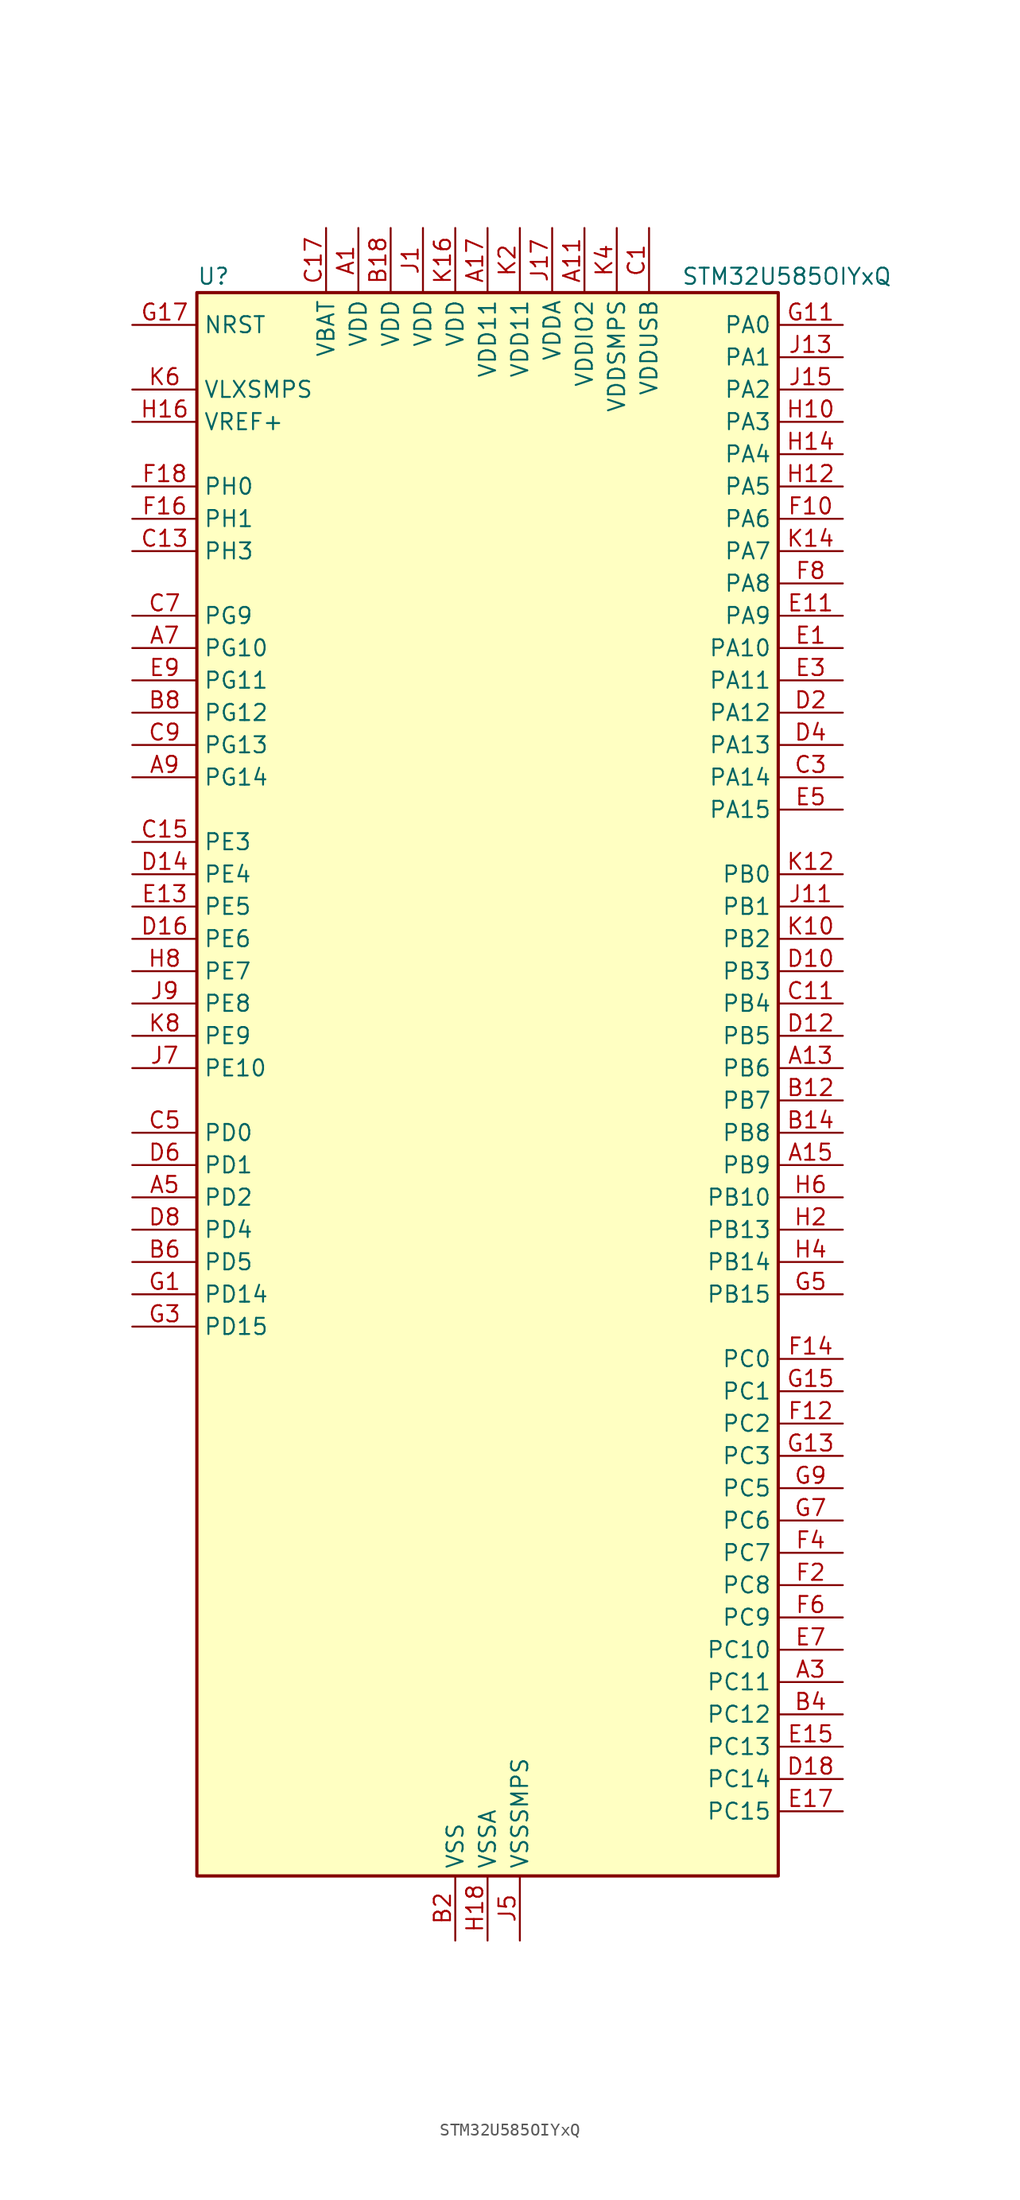
<source format=kicad_sym>
(kicad_symbol_lib
  (version 20220914)
  (generator kicad_symbol_editor)
  (symbol "STM32U585OIYxQ"
    (property "Reference" "U"
      (at -22.86 64.77 0)
      (effects (font (size 1.27 1.27)) (justify left)))
    (property "Value" "STM32U585OIYxQ"
      (at 15.24 64.77 0)
      (effects (font (size 1.27 1.27)) (justify left)))
    (property "ki_locked" ""
      (at 0 0 0)
      (effects (font (size 1.27 1.27))))
    (symbol "STM32U585OIYxQ_0_1"
      (rectangle (start -22.86 -60.96) (end 22.86 63.5) (stroke (width 0.254) (type default)) (fill (type background))))
    (symbol "STM32U585OIYxQ_1_1"
      (pin power_in line (at -10.16 68.58 270) (length 5.08) (name "VDD" (effects (font (size 1.27 1.27)))) (number "A1" (effects (font (size 1.27 1.27)))))
      (pin power_in line (at 7.62 68.58 270) (length 5.08) (name "VDDIO2" (effects (font (size 1.27 1.27)))) (number "A11" (effects (font (size 1.27 1.27)))))
      (pin bidirectional line (at 27.94 2.54 180) (length 5.08) (name "PB6" (effects (font (size 1.27 1.27)))) (number "A13" (effects (font (size 1.27 1.27)))) (alternate "COMP2_INP" bidirectional line) (alternate "DCMI_D5" bidirectional line) (alternate "I2C1_SCL" bidirectional line) (alternate "I2C4_SCL" bidirectional line) (alternate "LPTIM1_ETR" bidirectional line) (alternate "MDF1_SDI5" bidirectional line) (alternate "PSSI_D5" bidirectional line) (alternate "PWR_WKUP3" bidirectional line) (alternate "SAI1_FS_B" bidirectional line) (alternate "TIM16_CH1N" bidirectional line) (alternate "TIM4_CH1" bidirectional line) (alternate "TIM8_BKIN2" bidirectional line) (alternate "TSC_G2_IO3" bidirectional line) (alternate "USART1_TX" bidirectional line))
      (pin bidirectional line (at 27.94 -5.08 180) (length 5.08) (name "PB9" (effects (font (size 1.27 1.27)))) (number "A15" (effects (font (size 1.27 1.27)))) (alternate "DAC1_EXTI9" bidirectional line) (alternate "DCMI_D7" bidirectional line) (alternate "FDCAN1_TX" bidirectional line) (alternate "I2C1_SDA" bidirectional line) (alternate "IR_OUT" bidirectional line) (alternate "PSSI_D7" bidirectional line) (alternate "SAI1_D2" bidirectional line) (alternate "SAI1_FS_A" bidirectional line) (alternate "SDMMC1_CDIR" bidirectional line) (alternate "SDMMC1_D5" bidirectional line) (alternate "SDMMC2_D5" bidirectional line) (alternate "SPI2_NSS" bidirectional line) (alternate "TIM17_CH1" bidirectional line) (alternate "TIM4_CH4" bidirectional line))
      (pin power_in line (at 0 68.58 270) (length 5.08) (name "VDD11" (effects (font (size 1.27 1.27)))) (number "A17" (effects (font (size 1.27 1.27)))))
      (pin bidirectional line (at 27.94 -45.72 180) (length 5.08) (name "PC11" (effects (font (size 1.27 1.27)))) (number "A3" (effects (font (size 1.27 1.27)))) (alternate "ADC1_EXTI11" bidirectional line) (alternate "ADF1_SDI0" bidirectional line) (alternate "DCMI_D2" bidirectional line) (alternate "DCMI_D4" bidirectional line) (alternate "LPTIM3_IN1" bidirectional line) (alternate "OCTOSPIM_P1_NCS" bidirectional line) (alternate "PSSI_D2" bidirectional line) (alternate "PSSI_D4" bidirectional line) (alternate "SDMMC1_D3" bidirectional line) (alternate "SPI3_MISO" bidirectional line) (alternate "TSC_G3_IO3" bidirectional line) (alternate "UART4_RX" bidirectional line) (alternate "UCPD1_FRSTX2" bidirectional line) (alternate "USART3_RX" bidirectional line))
      (pin bidirectional line (at -27.94 -7.62 0) (length 5.08) (name "PD2" (effects (font (size 1.27 1.27)))) (number "A5" (effects (font (size 1.27 1.27)))) (alternate "DCMI_D11" bidirectional line) (alternate "DEBUG_TRACED2" bidirectional line) (alternate "LPTIM4_ETR" bidirectional line) (alternate "PSSI_D11" bidirectional line) (alternate "SDMMC1_CMD" bidirectional line) (alternate "TIM3_ETR" bidirectional line) (alternate "TSC_SYNC" bidirectional line) (alternate "UART5_RX" bidirectional line) (alternate "USART3_DE" bidirectional line) (alternate "USART3_RTS" bidirectional line))
      (pin bidirectional line (at -27.94 35.56 0) (length 5.08) (name "PG10" (effects (font (size 1.27 1.27)))) (number "A7" (effects (font (size 1.27 1.27)))) (alternate "FMC_NE3" bidirectional line) (alternate "LPTIM1_IN1" bidirectional line) (alternate "OCTOSPIM_P2_IO7" bidirectional line) (alternate "SPI3_MISO" bidirectional line) (alternate "TIM15_CH1" bidirectional line) (alternate "USART1_RX" bidirectional line))
      (pin bidirectional line (at -27.94 25.4 0) (length 5.08) (name "PG14" (effects (font (size 1.27 1.27)))) (number "A9" (effects (font (size 1.27 1.27)))) (alternate "FMC_A25" bidirectional line) (alternate "I2C1_SCL" bidirectional line) (alternate "LPTIM1_CH2" bidirectional line))
      (pin passive line (at -2.54 -66.04 90) (length 5.08) hide (name "VSS" (effects (font (size 1.27 1.27)))) (number "B10" (effects (font (size 1.27 1.27)))))
      (pin bidirectional line (at 27.94 0 180) (length 5.08) (name "PB7" (effects (font (size 1.27 1.27)))) (number "B12" (effects (font (size 1.27 1.27)))) (alternate "COMP2_INM" bidirectional line) (alternate "DCMI_VSYNC" bidirectional line) (alternate "FMC_NL" bidirectional line) (alternate "I2C1_SDA" bidirectional line) (alternate "I2C4_SDA" bidirectional line) (alternate "LPTIM1_IN2" bidirectional line) (alternate "MDF1_CKI5" bidirectional line) (alternate "PSSI_RDY" bidirectional line) (alternate "PWR_PVD_IN" bidirectional line) (alternate "PWR_WKUP4" bidirectional line) (alternate "TIM17_CH1N" bidirectional line) (alternate "TIM4_CH2" bidirectional line) (alternate "TIM8_BKIN" bidirectional line) (alternate "TSC_G2_IO4" bidirectional line) (alternate "UART4_CTS" bidirectional line) (alternate "USART1_RX" bidirectional line))
      (pin bidirectional line (at 27.94 -2.54 180) (length 5.08) (name "PB8" (effects (font (size 1.27 1.27)))) (number "B14" (effects (font (size 1.27 1.27)))) (alternate "DCMI_D6" bidirectional line) (alternate "FDCAN1_RX" bidirectional line) (alternate "I2C1_SCL" bidirectional line) (alternate "MDF1_CCK0" bidirectional line) (alternate "PSSI_D6" bidirectional line) (alternate "PWR_WKUP5" bidirectional line) (alternate "SAI1_CK1" bidirectional line) (alternate "SAI1_MCLK_A" bidirectional line) (alternate "SDMMC1_CKIN" bidirectional line) (alternate "SDMMC1_D4" bidirectional line) (alternate "SDMMC2_D4" bidirectional line) (alternate "SPI3_RDY" bidirectional line) (alternate "TIM16_CH1" bidirectional line) (alternate "TIM4_CH3" bidirectional line))
      (pin passive line (at -2.54 -66.04 90) (length 5.08) hide (name "VSS" (effects (font (size 1.27 1.27)))) (number "B16" (effects (font (size 1.27 1.27)))))
      (pin power_in line (at -7.62 68.58 270) (length 5.08) (name "VDD" (effects (font (size 1.27 1.27)))) (number "B18" (effects (font (size 1.27 1.27)))))
      (pin power_in line (at -2.54 -66.04 90) (length 5.08) (name "VSS" (effects (font (size 1.27 1.27)))) (number "B2" (effects (font (size 1.27 1.27)))))
      (pin bidirectional line (at 27.94 -48.26 180) (length 5.08) (name "PC12" (effects (font (size 1.27 1.27)))) (number "B4" (effects (font (size 1.27 1.27)))) (alternate "DCMI_D9" bidirectional line) (alternate "DEBUG_TRACED3" bidirectional line) (alternate "PSSI_D9" bidirectional line) (alternate "SDMMC1_CK" bidirectional line) (alternate "SPI3_MOSI" bidirectional line) (alternate "TSC_G3_IO4" bidirectional line) (alternate "UART5_TX" bidirectional line) (alternate "USART3_CK" bidirectional line))
      (pin bidirectional line (at -27.94 -12.7 0) (length 5.08) (name "PD5" (effects (font (size 1.27 1.27)))) (number "B6" (effects (font (size 1.27 1.27)))) (alternate "FMC_NWE" bidirectional line) (alternate "OCTOSPIM_P1_IO5" bidirectional line) (alternate "SPI2_RDY" bidirectional line) (alternate "USART2_TX" bidirectional line))
      (pin bidirectional line (at -27.94 30.48 0) (length 5.08) (name "PG12" (effects (font (size 1.27 1.27)))) (number "B8" (effects (font (size 1.27 1.27)))) (alternate "FMC_NE4" bidirectional line) (alternate "LPTIM1_ETR" bidirectional line) (alternate "OCTOSPIM_P2_NCS" bidirectional line) (alternate "SPI3_NSS" bidirectional line) (alternate "USART1_DE" bidirectional line) (alternate "USART1_RTS" bidirectional line))
      (pin power_in line (at 12.7 68.58 270) (length 5.08) (name "VDDUSB" (effects (font (size 1.27 1.27)))) (number "C1" (effects (font (size 1.27 1.27)))))
      (pin bidirectional line (at 27.94 7.62 180) (length 5.08) (name "PB4" (effects (font (size 1.27 1.27)))) (number "C11" (effects (font (size 1.27 1.27)))) (alternate "ADF1_SDI0" bidirectional line) (alternate "COMP2_INP" bidirectional line) (alternate "DCMI_D12" bidirectional line) (alternate "DEBUG_JTRST" bidirectional line) (alternate "I2C3_SDA" bidirectional line) (alternate "LPTIM1_CH2" bidirectional line) (alternate "PSSI_D12" bidirectional line) (alternate "SAI1_MCLK_B" bidirectional line) (alternate "SDMMC2_D3" bidirectional line) (alternate "SPI1_MISO" bidirectional line) (alternate "SPI3_MISO" bidirectional line) (alternate "TIM17_BKIN" bidirectional line) (alternate "TIM3_CH1" bidirectional line) (alternate "TSC_G2_IO1" bidirectional line) (alternate "UART5_DE" bidirectional line) (alternate "UART5_RTS" bidirectional line) (alternate "USART1_CTS" bidirectional line))
      (pin bidirectional line (at -27.94 43.18 0) (length 5.08) (name "PH3" (effects (font (size 1.27 1.27)))) (number "C13" (effects (font (size 1.27 1.27)))))
      (pin bidirectional line (at -27.94 20.32 0) (length 5.08) (name "PE3" (effects (font (size 1.27 1.27)))) (number "C15" (effects (font (size 1.27 1.27)))) (alternate "DEBUG_TRACED0" bidirectional line) (alternate "FMC_A19" bidirectional line) (alternate "OCTOSPIM_P1_DQS" bidirectional line) (alternate "SAI1_SD_B" bidirectional line) (alternate "TAMP_IN6" bidirectional line) (alternate "TAMP_OUT3" bidirectional line) (alternate "TIM3_CH1" bidirectional line) (alternate "TSC_G7_IO2" bidirectional line))
      (pin power_in line (at -12.7 68.58 270) (length 5.08) (name "VBAT" (effects (font (size 1.27 1.27)))) (number "C17" (effects (font (size 1.27 1.27)))))
      (pin bidirectional line (at 27.94 25.4 180) (length 5.08) (name "PA14" (effects (font (size 1.27 1.27)))) (number "C3" (effects (font (size 1.27 1.27)))) (alternate "DEBUG_JTCK-SWCLK" bidirectional line) (alternate "I2C1_SMBA" bidirectional line) (alternate "I2C4_SMBA" bidirectional line) (alternate "LPTIM1_CH1" bidirectional line) (alternate "SAI1_FS_B" bidirectional line) (alternate "USB_OTG_FS_SOF" bidirectional line))
      (pin bidirectional line (at -27.94 -2.54 0) (length 5.08) (name "PD0" (effects (font (size 1.27 1.27)))) (number "C5" (effects (font (size 1.27 1.27)))) (alternate "FDCAN1_RX" bidirectional line) (alternate "FMC_D2" bidirectional line) (alternate "FMC_DA2" bidirectional line) (alternate "SPI2_NSS" bidirectional line) (alternate "TIM8_CH4N" bidirectional line))
      (pin bidirectional line (at -27.94 38.1 0) (length 5.08) (name "PG9" (effects (font (size 1.27 1.27)))) (number "C7" (effects (font (size 1.27 1.27)))) (alternate "DAC1_EXTI9" bidirectional line) (alternate "FMC_NCE" bidirectional line) (alternate "FMC_NE2" bidirectional line) (alternate "OCTOSPIM_P2_IO6" bidirectional line) (alternate "SPI3_SCK" bidirectional line) (alternate "TIM15_CH1N" bidirectional line) (alternate "USART1_TX" bidirectional line))
      (pin bidirectional line (at -27.94 27.94 0) (length 5.08) (name "PG13" (effects (font (size 1.27 1.27)))) (number "C9" (effects (font (size 1.27 1.27)))) (alternate "FMC_A24" bidirectional line) (alternate "I2C1_SDA" bidirectional line) (alternate "SPI3_RDY" bidirectional line) (alternate "USART1_CK" bidirectional line))
      (pin bidirectional line (at 27.94 10.16 180) (length 5.08) (name "PB3" (effects (font (size 1.27 1.27)))) (number "D10" (effects (font (size 1.27 1.27)))) (alternate "ADF1_CCK0" bidirectional line) (alternate "COMP2_INM" bidirectional line) (alternate "CRS_SYNC" bidirectional line) (alternate "DEBUG_JTDO-SWO" bidirectional line) (alternate "I2C1_SDA" bidirectional line) (alternate "LPTIM1_CH1" bidirectional line) (alternate "SAI1_SCK_B" bidirectional line) (alternate "SDMMC2_D2" bidirectional line) (alternate "SPI1_SCK" bidirectional line) (alternate "SPI3_SCK" bidirectional line) (alternate "TIM2_CH2" bidirectional line) (alternate "USART1_DE" bidirectional line) (alternate "USART1_RTS" bidirectional line))
      (pin bidirectional line (at 27.94 5.08 180) (length 5.08) (name "PB5" (effects (font (size 1.27 1.27)))) (number "D12" (effects (font (size 1.27 1.27)))) (alternate "COMP2_OUT" bidirectional line) (alternate "DCMI_D10" bidirectional line) (alternate "I2C1_SMBA" bidirectional line) (alternate "LPTIM1_IN1" bidirectional line) (alternate "OCTOSPIM_P1_NCLK" bidirectional line) (alternate "PSSI_D10" bidirectional line) (alternate "PWR_WKUP6" bidirectional line) (alternate "SAI1_SD_B" bidirectional line) (alternate "SPI1_MOSI" bidirectional line) (alternate "SPI3_MOSI" bidirectional line) (alternate "TIM16_BKIN" bidirectional line) (alternate "TIM3_CH2" bidirectional line) (alternate "TSC_G2_IO2" bidirectional line) (alternate "UART5_CTS" bidirectional line) (alternate "UCPD1_DBCC1" bidirectional line) (alternate "USART1_CK" bidirectional line))
      (pin bidirectional line (at -27.94 17.78 0) (length 5.08) (name "PE4" (effects (font (size 1.27 1.27)))) (number "D14" (effects (font (size 1.27 1.27)))) (alternate "DCMI_D4" bidirectional line) (alternate "DEBUG_TRACED1" bidirectional line) (alternate "FMC_A20" bidirectional line) (alternate "MDF1_SDI3" bidirectional line) (alternate "PSSI_D4" bidirectional line) (alternate "PWR_WKUP1" bidirectional line) (alternate "SAI1_D2" bidirectional line) (alternate "SAI1_FS_A" bidirectional line) (alternate "TAMP_IN7" bidirectional line) (alternate "TAMP_OUT8" bidirectional line) (alternate "TIM3_CH2" bidirectional line) (alternate "TSC_G7_IO3" bidirectional line))
      (pin bidirectional line (at -27.94 12.7 0) (length 5.08) (name "PE6" (effects (font (size 1.27 1.27)))) (number "D16" (effects (font (size 1.27 1.27)))) (alternate "DCMI_D7" bidirectional line) (alternate "DEBUG_TRACED3" bidirectional line) (alternate "FMC_A22" bidirectional line) (alternate "PSSI_D7" bidirectional line) (alternate "PWR_WKUP3" bidirectional line) (alternate "SAI1_D1" bidirectional line) (alternate "SAI1_SD_A" bidirectional line) (alternate "TAMP_IN3" bidirectional line) (alternate "TAMP_OUT6" bidirectional line) (alternate "TIM3_CH4" bidirectional line))
      (pin bidirectional line (at 27.94 -53.34 180) (length 5.08) (name "PC14" (effects (font (size 1.27 1.27)))) (number "D18" (effects (font (size 1.27 1.27)))) (alternate "RCC_OSC32_IN" bidirectional line))
      (pin bidirectional line (at 27.94 30.48 180) (length 5.08) (name "PA12" (effects (font (size 1.27 1.27)))) (number "D2" (effects (font (size 1.27 1.27)))) (alternate "FDCAN1_TX" bidirectional line) (alternate "OCTOSPIM_P2_NCS" bidirectional line) (alternate "SPI1_MOSI" bidirectional line) (alternate "TIM1_ETR" bidirectional line) (alternate "USART1_DE" bidirectional line) (alternate "USART1_RTS" bidirectional line) (alternate "USB_OTG_FS_DP" bidirectional line))
      (pin bidirectional line (at 27.94 27.94 180) (length 5.08) (name "PA13" (effects (font (size 1.27 1.27)))) (number "D4" (effects (font (size 1.27 1.27)))) (alternate "DEBUG_JTMS-SWDIO" bidirectional line) (alternate "IR_OUT" bidirectional line) (alternate "SAI1_SD_B" bidirectional line) (alternate "USB_OTG_FS_NOE" bidirectional line))
      (pin bidirectional line (at -27.94 -5.08 0) (length 5.08) (name "PD1" (effects (font (size 1.27 1.27)))) (number "D6" (effects (font (size 1.27 1.27)))) (alternate "FDCAN1_TX" bidirectional line) (alternate "FMC_D3" bidirectional line) (alternate "FMC_DA3" bidirectional line) (alternate "SPI2_SCK" bidirectional line))
      (pin bidirectional line (at -27.94 -10.16 0) (length 5.08) (name "PD4" (effects (font (size 1.27 1.27)))) (number "D8" (effects (font (size 1.27 1.27)))) (alternate "FMC_NOE" bidirectional line) (alternate "MDF1_CKI0" bidirectional line) (alternate "OCTOSPIM_P1_IO4" bidirectional line) (alternate "SPI2_MOSI" bidirectional line) (alternate "USART2_DE" bidirectional line) (alternate "USART2_RTS" bidirectional line))
      (pin bidirectional line (at 27.94 35.56 180) (length 5.08) (name "PA10" (effects (font (size 1.27 1.27)))) (number "E1" (effects (font (size 1.27 1.27)))) (alternate "CRS_SYNC" bidirectional line) (alternate "DCMI_D1" bidirectional line) (alternate "LPTIM2_IN2" bidirectional line) (alternate "PSSI_D1" bidirectional line) (alternate "SAI1_D1" bidirectional line) (alternate "SAI1_SD_A" bidirectional line) (alternate "TIM17_BKIN" bidirectional line) (alternate "TIM1_CH3" bidirectional line) (alternate "USART1_RX" bidirectional line) (alternate "USB_OTG_FS_ID" bidirectional line))
      (pin bidirectional line (at 27.94 38.1 180) (length 5.08) (name "PA9" (effects (font (size 1.27 1.27)))) (number "E11" (effects (font (size 1.27 1.27)))) (alternate "DAC1_EXTI9" bidirectional line) (alternate "DCMI_D0" bidirectional line) (alternate "PSSI_D0" bidirectional line) (alternate "SAI1_FS_A" bidirectional line) (alternate "SPI2_SCK" bidirectional line) (alternate "TIM15_BKIN" bidirectional line) (alternate "TIM1_CH2" bidirectional line) (alternate "USART1_TX" bidirectional line) (alternate "USB_OTG_FS_VBUS" bidirectional line))
      (pin bidirectional line (at -27.94 15.24 0) (length 5.08) (name "PE5" (effects (font (size 1.27 1.27)))) (number "E13" (effects (font (size 1.27 1.27)))) (alternate "DCMI_D6" bidirectional line) (alternate "DEBUG_TRACED2" bidirectional line) (alternate "FMC_A21" bidirectional line) (alternate "MDF1_CKI3" bidirectional line) (alternate "PSSI_D6" bidirectional line) (alternate "PWR_WKUP2" bidirectional line) (alternate "SAI1_CK2" bidirectional line) (alternate "SAI1_SCK_A" bidirectional line) (alternate "TAMP_IN8" bidirectional line) (alternate "TAMP_OUT7" bidirectional line) (alternate "TIM3_CH3" bidirectional line) (alternate "TSC_G7_IO4" bidirectional line))
      (pin bidirectional line (at 27.94 -50.8 180) (length 5.08) (name "PC13" (effects (font (size 1.27 1.27)))) (number "E15" (effects (font (size 1.27 1.27)))) (alternate "PWR_WKUP2" bidirectional line) (alternate "RTC_OUT1" bidirectional line) (alternate "RTC_TS" bidirectional line) (alternate "TAMP_IN1" bidirectional line) (alternate "TAMP_OUT2" bidirectional line))
      (pin bidirectional line (at 27.94 -55.88 180) (length 5.08) (name "PC15" (effects (font (size 1.27 1.27)))) (number "E17" (effects (font (size 1.27 1.27)))) (alternate "ADC1_EXTI15" bidirectional line) (alternate "ADC4_EXTI15" bidirectional line) (alternate "RCC_OSC32_OUT" bidirectional line))
      (pin bidirectional line (at 27.94 33.02 180) (length 5.08) (name "PA11" (effects (font (size 1.27 1.27)))) (number "E3" (effects (font (size 1.27 1.27)))) (alternate "ADC1_EXTI11" bidirectional line) (alternate "FDCAN1_RX" bidirectional line) (alternate "SPI1_MISO" bidirectional line) (alternate "TIM1_BKIN2" bidirectional line) (alternate "TIM1_CH4" bidirectional line) (alternate "USART1_CTS" bidirectional line) (alternate "USB_OTG_FS_DM" bidirectional line))
      (pin bidirectional line (at 27.94 22.86 180) (length 5.08) (name "PA15" (effects (font (size 1.27 1.27)))) (number "E5" (effects (font (size 1.27 1.27)))) (alternate "ADC1_EXTI15" bidirectional line) (alternate "ADC4_EXTI15" bidirectional line) (alternate "DEBUG_JTDI" bidirectional line) (alternate "SPI1_NSS" bidirectional line) (alternate "SPI3_NSS" bidirectional line) (alternate "TIM2_CH1" bidirectional line) (alternate "TIM2_ETR" bidirectional line) (alternate "UART4_DE" bidirectional line) (alternate "UART4_RTS" bidirectional line) (alternate "UCPD1_CC1" bidirectional line) (alternate "USART2_RX" bidirectional line) (alternate "USART3_DE" bidirectional line) (alternate "USART3_RTS" bidirectional line))
      (pin bidirectional line (at 27.94 -43.18 180) (length 5.08) (name "PC10" (effects (font (size 1.27 1.27)))) (number "E7" (effects (font (size 1.27 1.27)))) (alternate "ADF1_CCK1" bidirectional line) (alternate "DCMI_D8" bidirectional line) (alternate "DEBUG_TRACED1" bidirectional line) (alternate "LPTIM3_ETR" bidirectional line) (alternate "PSSI_D8" bidirectional line) (alternate "SDMMC1_D2" bidirectional line) (alternate "SPI3_SCK" bidirectional line) (alternate "TSC_G3_IO2" bidirectional line) (alternate "UART4_TX" bidirectional line) (alternate "USART3_TX" bidirectional line))
      (pin bidirectional line (at -27.94 33.02 0) (length 5.08) (name "PG11" (effects (font (size 1.27 1.27)))) (number "E9" (effects (font (size 1.27 1.27)))) (alternate "ADC1_EXTI11" bidirectional line) (alternate "LPTIM1_IN2" bidirectional line) (alternate "OCTOSPIM_P1_IO5" bidirectional line) (alternate "SPI3_MOSI" bidirectional line) (alternate "TIM15_CH2" bidirectional line) (alternate "USART1_CTS" bidirectional line))
      (pin bidirectional line (at 27.94 45.72 180) (length 5.08) (name "PA6" (effects (font (size 1.27 1.27)))) (number "F10" (effects (font (size 1.27 1.27)))) (alternate "ADC1_IN11" bidirectional line) (alternate "ADC4_IN11" bidirectional line) (alternate "DCMI_PIXCLK" bidirectional line) (alternate "LPUART1_CTS" bidirectional line) (alternate "OCTOSPIM_P1_IO3" bidirectional line) (alternate "OPAMP2_VINP" bidirectional line) (alternate "PSSI_PDCK" bidirectional line) (alternate "PWR_CDSTOP" bidirectional line) (alternate "PWR_WKUP7" bidirectional line) (alternate "SPI1_MISO" bidirectional line) (alternate "TIM16_CH1" bidirectional line) (alternate "TIM1_BKIN" bidirectional line) (alternate "TIM3_CH1" bidirectional line) (alternate "TIM8_BKIN" bidirectional line) (alternate "USART3_CTS" bidirectional line))
      (pin bidirectional line (at 27.94 -25.4 180) (length 5.08) (name "PC2" (effects (font (size 1.27 1.27)))) (number "F12" (effects (font (size 1.27 1.27)))) (alternate "ADC1_IN3" bidirectional line) (alternate "ADC4_IN3" bidirectional line) (alternate "LPTIM1_IN2" bidirectional line) (alternate "MDF1_CCK1" bidirectional line) (alternate "OCTOSPIM_P1_IO5" bidirectional line) (alternate "SPI2_MISO" bidirectional line))
      (pin bidirectional line (at 27.94 -20.32 180) (length 5.08) (name "PC0" (effects (font (size 1.27 1.27)))) (number "F14" (effects (font (size 1.27 1.27)))) (alternate "ADC1_IN1" bidirectional line) (alternate "ADC4_IN1" bidirectional line) (alternate "I2C3_SCL" bidirectional line) (alternate "LPTIM1_IN1" bidirectional line) (alternate "LPTIM2_IN1" bidirectional line) (alternate "LPUART1_RX" bidirectional line) (alternate "MDF1_SDI4" bidirectional line) (alternate "OCTOSPIM_P1_IO7" bidirectional line) (alternate "SDMMC1_D5" bidirectional line) (alternate "SPI2_RDY" bidirectional line))
      (pin bidirectional line (at -27.94 45.72 0) (length 5.08) (name "PH1" (effects (font (size 1.27 1.27)))) (number "F16" (effects (font (size 1.27 1.27)))) (alternate "RCC_OSC_OUT" bidirectional line))
      (pin bidirectional line (at -27.94 48.26 0) (length 5.08) (name "PH0" (effects (font (size 1.27 1.27)))) (number "F18" (effects (font (size 1.27 1.27)))) (alternate "RCC_OSC_IN" bidirectional line))
      (pin bidirectional line (at 27.94 -38.1 180) (length 5.08) (name "PC8" (effects (font (size 1.27 1.27)))) (number "F2" (effects (font (size 1.27 1.27)))) (alternate "DCMI_D2" bidirectional line) (alternate "LPTIM3_CH1" bidirectional line) (alternate "PSSI_D2" bidirectional line) (alternate "PWR_SRDSTOP" bidirectional line) (alternate "SDMMC1_D0" bidirectional line) (alternate "TIM3_CH3" bidirectional line) (alternate "TIM8_CH3" bidirectional line) (alternate "TSC_G4_IO3" bidirectional line))
      (pin bidirectional line (at 27.94 -35.56 180) (length 5.08) (name "PC7" (effects (font (size 1.27 1.27)))) (number "F4" (effects (font (size 1.27 1.27)))) (alternate "DCMI_D1" bidirectional line) (alternate "LPTIM2_CH2" bidirectional line) (alternate "MDF1_SDI3" bidirectional line) (alternate "PSSI_D1" bidirectional line) (alternate "PWR_CDSTOP" bidirectional line) (alternate "SDMMC1_D123DIR" bidirectional line) (alternate "SDMMC1_D7" bidirectional line) (alternate "SDMMC2_D7" bidirectional line) (alternate "TIM3_CH2" bidirectional line) (alternate "TIM8_CH2" bidirectional line) (alternate "TSC_G4_IO2" bidirectional line))
      (pin bidirectional line (at 27.94 -40.64 180) (length 5.08) (name "PC9" (effects (font (size 1.27 1.27)))) (number "F6" (effects (font (size 1.27 1.27)))) (alternate "DAC1_EXTI9" bidirectional line) (alternate "DCMI_D3" bidirectional line) (alternate "DEBUG_TRACED0" bidirectional line) (alternate "LPTIM3_CH2" bidirectional line) (alternate "PSSI_D3" bidirectional line) (alternate "SDMMC1_D1" bidirectional line) (alternate "TIM3_CH4" bidirectional line) (alternate "TIM8_BKIN2" bidirectional line) (alternate "TIM8_CH4" bidirectional line) (alternate "TSC_G4_IO4" bidirectional line) (alternate "USB_OTG_FS_NOE" bidirectional line))
      (pin bidirectional line (at 27.94 40.64 180) (length 5.08) (name "PA8" (effects (font (size 1.27 1.27)))) (number "F8" (effects (font (size 1.27 1.27)))) (alternate "DEBUG_TRACECLK" bidirectional line) (alternate "LPTIM2_CH1" bidirectional line) (alternate "RCC_MCO" bidirectional line) (alternate "SAI1_CK2" bidirectional line) (alternate "SAI1_SCK_A" bidirectional line) (alternate "SPI1_RDY" bidirectional line) (alternate "TIM1_CH1" bidirectional line) (alternate "USART1_CK" bidirectional line) (alternate "USB_OTG_FS_SOF" bidirectional line))
      (pin bidirectional line (at -27.94 -15.24 0) (length 5.08) (name "PD14" (effects (font (size 1.27 1.27)))) (number "G1" (effects (font (size 1.27 1.27)))) (alternate "FMC_D0" bidirectional line) (alternate "FMC_DA0" bidirectional line) (alternate "LPTIM3_CH1" bidirectional line) (alternate "TIM4_CH3" bidirectional line))
      (pin bidirectional line (at 27.94 60.96 180) (length 5.08) (name "PA0" (effects (font (size 1.27 1.27)))) (number "G11" (effects (font (size 1.27 1.27)))) (alternate "ADC1_IN5" bidirectional line) (alternate "AUDIOCLK" bidirectional line) (alternate "OCTOSPIM_P2_NCS" bidirectional line) (alternate "OPAMP1_VINP" bidirectional line) (alternate "PWR_WKUP1" bidirectional line) (alternate "SDMMC2_CMD" bidirectional line) (alternate "SPI3_RDY" bidirectional line) (alternate "TAMP_IN2" bidirectional line) (alternate "TAMP_OUT1" bidirectional line) (alternate "TIM2_CH1" bidirectional line) (alternate "TIM2_ETR" bidirectional line) (alternate "TIM5_CH1" bidirectional line) (alternate "TIM8_ETR" bidirectional line) (alternate "UART4_TX" bidirectional line) (alternate "USART2_CTS" bidirectional line))
      (pin bidirectional line (at 27.94 -27.94 180) (length 5.08) (name "PC3" (effects (font (size 1.27 1.27)))) (number "G13" (effects (font (size 1.27 1.27)))) (alternate "ADC1_IN4" bidirectional line) (alternate "ADC4_IN4" bidirectional line) (alternate "LPTIM1_ETR" bidirectional line) (alternate "LPTIM2_ETR" bidirectional line) (alternate "LPTIM3_CH1" bidirectional line) (alternate "OCTOSPIM_P1_IO6" bidirectional line) (alternate "SAI1_D1" bidirectional line) (alternate "SAI1_SD_A" bidirectional line) (alternate "SPI2_MOSI" bidirectional line))
      (pin bidirectional line (at 27.94 -22.86 180) (length 5.08) (name "PC1" (effects (font (size 1.27 1.27)))) (number "G15" (effects (font (size 1.27 1.27)))) (alternate "ADC1_IN2" bidirectional line) (alternate "ADC4_IN2" bidirectional line) (alternate "DEBUG_TRACED0" bidirectional line) (alternate "I2C3_SDA" bidirectional line) (alternate "LPTIM1_CH1" bidirectional line) (alternate "LPUART1_TX" bidirectional line) (alternate "MDF1_CKI4" bidirectional line) (alternate "OCTOSPIM_P1_IO4" bidirectional line) (alternate "SAI1_SD_A" bidirectional line) (alternate "SDMMC2_CK" bidirectional line) (alternate "SPI2_MOSI" bidirectional line))
      (pin input line (at -27.94 60.96 0) (length 5.08) (name "NRST" (effects (font (size 1.27 1.27)))) (number "G17" (effects (font (size 1.27 1.27)))))
      (pin bidirectional line (at -27.94 -17.78 0) (length 5.08) (name "PD15" (effects (font (size 1.27 1.27)))) (number "G3" (effects (font (size 1.27 1.27)))) (alternate "ADC1_EXTI15" bidirectional line) (alternate "ADC4_EXTI15" bidirectional line) (alternate "FMC_D1" bidirectional line) (alternate "FMC_DA1" bidirectional line) (alternate "LPTIM3_CH2" bidirectional line) (alternate "TIM4_CH4" bidirectional line))
      (pin bidirectional line (at 27.94 -15.24 180) (length 5.08) (name "PB15" (effects (font (size 1.27 1.27)))) (number "G5" (effects (font (size 1.27 1.27)))) (alternate "ADC1_EXTI15" bidirectional line) (alternate "ADC4_EXTI15" bidirectional line) (alternate "FMC_NBL1" bidirectional line) (alternate "LPTIM2_IN2" bidirectional line) (alternate "MDF1_CKI2" bidirectional line) (alternate "PWR_WKUP7" bidirectional line) (alternate "RTC_REFIN" bidirectional line) (alternate "SDMMC2_D1" bidirectional line) (alternate "SPI2_MOSI" bidirectional line) (alternate "TIM15_CH2" bidirectional line) (alternate "TIM1_CH3N" bidirectional line) (alternate "TIM8_CH3N" bidirectional line) (alternate "UCPD1_CC2" bidirectional line))
      (pin bidirectional line (at 27.94 -33.02 180) (length 5.08) (name "PC6" (effects (font (size 1.27 1.27)))) (number "G7" (effects (font (size 1.27 1.27)))) (alternate "DCMI_D0" bidirectional line) (alternate "MDF1_CKI3" bidirectional line) (alternate "PSSI_D0" bidirectional line) (alternate "PWR_CSLEEP" bidirectional line) (alternate "SDMMC1_D0DIR" bidirectional line) (alternate "SDMMC1_D6" bidirectional line) (alternate "SDMMC2_D6" bidirectional line) (alternate "TIM3_CH1" bidirectional line) (alternate "TIM8_CH1" bidirectional line) (alternate "TSC_G4_IO1" bidirectional line))
      (pin bidirectional line (at 27.94 -30.48 180) (length 5.08) (name "PC5" (effects (font (size 1.27 1.27)))) (number "G9" (effects (font (size 1.27 1.27)))) (alternate "ADC1_IN14" bidirectional line) (alternate "ADC4_IN23" bidirectional line) (alternate "COMP1_INP" bidirectional line) (alternate "PSSI_D15" bidirectional line) (alternate "PWR_WKUP5" bidirectional line) (alternate "SAI1_D3" bidirectional line) (alternate "TAMP_IN4" bidirectional line) (alternate "TAMP_OUT5" bidirectional line) (alternate "TIM1_CH4N" bidirectional line) (alternate "USART3_RX" bidirectional line))
      (pin bidirectional line (at 27.94 53.34 180) (length 5.08) (name "PA3" (effects (font (size 1.27 1.27)))) (number "H10" (effects (font (size 1.27 1.27)))) (alternate "ADC1_IN8" bidirectional line) (alternate "LPUART1_RX" bidirectional line) (alternate "OCTOSPIM_P1_CLK" bidirectional line) (alternate "OPAMP1_VOUT" bidirectional line) (alternate "PWR_WKUP5" bidirectional line) (alternate "SAI1_CK1" bidirectional line) (alternate "SAI1_MCLK_A" bidirectional line) (alternate "TIM15_CH2" bidirectional line) (alternate "TIM2_CH4" bidirectional line) (alternate "TIM5_CH4" bidirectional line) (alternate "USART2_RX" bidirectional line))
      (pin bidirectional line (at 27.94 48.26 180) (length 5.08) (name "PA5" (effects (font (size 1.27 1.27)))) (number "H12" (effects (font (size 1.27 1.27)))) (alternate "ADC1_IN10" bidirectional line) (alternate "ADC4_IN10" bidirectional line) (alternate "DAC1_OUT2" bidirectional line) (alternate "LPTIM2_ETR" bidirectional line) (alternate "PSSI_D14" bidirectional line) (alternate "PWR_CSLEEP" bidirectional line) (alternate "PWR_WKUP6" bidirectional line) (alternate "SPI1_SCK" bidirectional line) (alternate "TIM2_CH1" bidirectional line) (alternate "TIM2_ETR" bidirectional line) (alternate "TIM8_CH1N" bidirectional line) (alternate "USART3_RX" bidirectional line))
      (pin bidirectional line (at 27.94 50.8 180) (length 5.08) (name "PA4" (effects (font (size 1.27 1.27)))) (number "H14" (effects (font (size 1.27 1.27)))) (alternate "ADC1_IN9" bidirectional line) (alternate "ADC4_IN9" bidirectional line) (alternate "DAC1_OUT1" bidirectional line) (alternate "DCMI_HSYNC" bidirectional line) (alternate "LPTIM2_CH1" bidirectional line) (alternate "OCTOSPIM_P1_NCS" bidirectional line) (alternate "PSSI_DE" bidirectional line) (alternate "PWR_WKUP2" bidirectional line) (alternate "SAI1_FS_B" bidirectional line) (alternate "SPI1_NSS" bidirectional line) (alternate "SPI3_NSS" bidirectional line) (alternate "USART2_CK" bidirectional line))
      (pin input line (at -27.94 53.34 0) (length 5.08) (name "VREF+" (effects (font (size 1.27 1.27)))) (number "H16" (effects (font (size 1.27 1.27)))) (alternate "VREFBUF_OUT" bidirectional line))
      (pin power_in line (at 0 -66.04 90) (length 5.08) (name "VSSA" (effects (font (size 1.27 1.27)))) (number "H18" (effects (font (size 1.27 1.27)))))
      (pin bidirectional line (at 27.94 -10.16 180) (length 5.08) (name "PB13" (effects (font (size 1.27 1.27)))) (number "H2" (effects (font (size 1.27 1.27)))) (alternate "I2C2_SCL" bidirectional line) (alternate "LPTIM3_IN1" bidirectional line) (alternate "LPUART1_CTS" bidirectional line) (alternate "MDF1_CKI1" bidirectional line) (alternate "SPI2_SCK" bidirectional line) (alternate "TIM15_CH1N" bidirectional line) (alternate "TIM1_CH1N" bidirectional line) (alternate "TSC_G1_IO2" bidirectional line) (alternate "USART3_CTS" bidirectional line))
      (pin bidirectional line (at 27.94 -12.7 180) (length 5.08) (name "PB14" (effects (font (size 1.27 1.27)))) (number "H4" (effects (font (size 1.27 1.27)))) (alternate "I2C2_SDA" bidirectional line) (alternate "LPTIM3_ETR" bidirectional line) (alternate "MDF1_SDI2" bidirectional line) (alternate "SDMMC2_D0" bidirectional line) (alternate "SPI2_MISO" bidirectional line) (alternate "TIM15_CH1" bidirectional line) (alternate "TIM1_CH2N" bidirectional line) (alternate "TIM8_CH2N" bidirectional line) (alternate "TSC_G1_IO3" bidirectional line) (alternate "UCPD1_DBCC2" bidirectional line) (alternate "USART3_DE" bidirectional line) (alternate "USART3_RTS" bidirectional line))
      (pin bidirectional line (at 27.94 -7.62 180) (length 5.08) (name "PB10" (effects (font (size 1.27 1.27)))) (number "H6" (effects (font (size 1.27 1.27)))) (alternate "COMP1_OUT" bidirectional line) (alternate "I2C2_SCL" bidirectional line) (alternate "I2C4_SCL" bidirectional line) (alternate "LPTIM3_CH1" bidirectional line) (alternate "LPUART1_RX" bidirectional line) (alternate "OCTOSPIM_P1_CLK" bidirectional line) (alternate "PWR_WKUP8" bidirectional line) (alternate "SAI1_SCK_A" bidirectional line) (alternate "SPI2_SCK" bidirectional line) (alternate "TIM2_CH3" bidirectional line) (alternate "TSC_SYNC" bidirectional line) (alternate "USART3_TX" bidirectional line))
      (pin bidirectional line (at -27.94 10.16 0) (length 5.08) (name "PE7" (effects (font (size 1.27 1.27)))) (number "H8" (effects (font (size 1.27 1.27)))) (alternate "FMC_D4" bidirectional line) (alternate "FMC_DA4" bidirectional line) (alternate "MDF1_SDI2" bidirectional line) (alternate "PWR_WKUP6" bidirectional line) (alternate "SAI1_SD_B" bidirectional line) (alternate "TIM1_ETR" bidirectional line))
      (pin power_in line (at -5.08 68.58 270) (length 5.08) (name "VDD" (effects (font (size 1.27 1.27)))) (number "J1" (effects (font (size 1.27 1.27)))))
      (pin bidirectional line (at 27.94 15.24 180) (length 5.08) (name "PB1" (effects (font (size 1.27 1.27)))) (number "J11" (effects (font (size 1.27 1.27)))) (alternate "ADC1_IN16" bidirectional line) (alternate "ADC4_IN19" bidirectional line) (alternate "COMP1_INM" bidirectional line) (alternate "LPTIM2_IN1" bidirectional line) (alternate "LPTIM3_CH2" bidirectional line) (alternate "LPUART1_DE" bidirectional line) (alternate "LPUART1_RTS" bidirectional line) (alternate "MDF1_SDI0" bidirectional line) (alternate "OCTOSPIM_P1_IO0" bidirectional line) (alternate "PWR_WKUP4" bidirectional line) (alternate "TIM1_CH3N" bidirectional line) (alternate "TIM3_CH4" bidirectional line) (alternate "TIM8_CH3N" bidirectional line) (alternate "USART3_DE" bidirectional line) (alternate "USART3_RTS" bidirectional line))
      (pin bidirectional line (at 27.94 58.42 180) (length 5.08) (name "PA1" (effects (font (size 1.27 1.27)))) (number "J13" (effects (font (size 1.27 1.27)))) (alternate "ADC1_IN6" bidirectional line) (alternate "I2C1_SMBA" bidirectional line) (alternate "LPTIM1_CH2" bidirectional line) (alternate "OCTOSPIM_P1_DQS" bidirectional line) (alternate "OPAMP1_VINM" bidirectional line) (alternate "PWR_WKUP3" bidirectional line) (alternate "SPI1_SCK" bidirectional line) (alternate "TAMP_IN5" bidirectional line) (alternate "TAMP_OUT4" bidirectional line) (alternate "TIM15_CH1N" bidirectional line) (alternate "TIM2_CH2" bidirectional line) (alternate "TIM5_CH2" bidirectional line) (alternate "UART4_RX" bidirectional line) (alternate "USART2_DE" bidirectional line) (alternate "USART2_RTS" bidirectional line))
      (pin bidirectional line (at 27.94 55.88 180) (length 5.08) (name "PA2" (effects (font (size 1.27 1.27)))) (number "J15" (effects (font (size 1.27 1.27)))) (alternate "ADC1_IN7" bidirectional line) (alternate "COMP1_INP" bidirectional line) (alternate "LPUART1_TX" bidirectional line) (alternate "OCTOSPIM_P1_NCS" bidirectional line) (alternate "PWR_WKUP4" bidirectional line) (alternate "RCC_LSCO" bidirectional line) (alternate "SPI1_RDY" bidirectional line) (alternate "TIM15_CH1" bidirectional line) (alternate "TIM2_CH3" bidirectional line) (alternate "TIM5_CH3" bidirectional line) (alternate "UCPD1_FRSTX1" bidirectional line) (alternate "USART2_TX" bidirectional line))
      (pin power_in line (at 5.08 68.58 270) (length 5.08) (name "VDDA" (effects (font (size 1.27 1.27)))) (number "J17" (effects (font (size 1.27 1.27)))))
      (pin passive line (at -2.54 -66.04 90) (length 5.08) hide (name "VSS" (effects (font (size 1.27 1.27)))) (number "J3" (effects (font (size 1.27 1.27)))))
      (pin power_in line (at 2.54 -66.04 90) (length 5.08) (name "VSSSMPS" (effects (font (size 1.27 1.27)))) (number "J5" (effects (font (size 1.27 1.27)))))
      (pin bidirectional line (at -27.94 2.54 0) (length 5.08) (name "PE10" (effects (font (size 1.27 1.27)))) (number "J7" (effects (font (size 1.27 1.27)))) (alternate "ADF1_SDI0" bidirectional line) (alternate "FMC_D7" bidirectional line) (alternate "FMC_DA7" bidirectional line) (alternate "MDF1_SDI4" bidirectional line) (alternate "OCTOSPIM_P1_CLK" bidirectional line) (alternate "SAI1_MCLK_B" bidirectional line) (alternate "TIM1_CH2N" bidirectional line) (alternate "TSC_G5_IO1" bidirectional line))
      (pin bidirectional line (at -27.94 7.62 0) (length 5.08) (name "PE8" (effects (font (size 1.27 1.27)))) (number "J9" (effects (font (size 1.27 1.27)))) (alternate "FMC_D5" bidirectional line) (alternate "FMC_DA5" bidirectional line) (alternate "MDF1_CKI2" bidirectional line) (alternate "PWR_WKUP7" bidirectional line) (alternate "SAI1_SCK_B" bidirectional line) (alternate "TIM1_CH1N" bidirectional line))
      (pin bidirectional line (at 27.94 12.7 180) (length 5.08) (name "PB2" (effects (font (size 1.27 1.27)))) (number "K10" (effects (font (size 1.27 1.27)))) (alternate "ADC1_IN17" bidirectional line) (alternate "COMP1_INP" bidirectional line) (alternate "I2C3_SMBA" bidirectional line) (alternate "LPTIM1_CH1" bidirectional line) (alternate "MDF1_CKI0" bidirectional line) (alternate "OCTOSPIM_P1_DQS" bidirectional line) (alternate "PWR_WKUP1" bidirectional line) (alternate "RTC_OUT2" bidirectional line) (alternate "SPI1_RDY" bidirectional line) (alternate "TIM8_CH4N" bidirectional line) (alternate "UCPD1_FRSTX1" bidirectional line))
      (pin bidirectional line (at 27.94 17.78 180) (length 5.08) (name "PB0" (effects (font (size 1.27 1.27)))) (number "K12" (effects (font (size 1.27 1.27)))) (alternate "ADC1_IN15" bidirectional line) (alternate "ADC4_IN18" bidirectional line) (alternate "AUDIOCLK" bidirectional line) (alternate "COMP1_OUT" bidirectional line) (alternate "LPTIM3_CH1" bidirectional line) (alternate "OCTOSPIM_P1_IO1" bidirectional line) (alternate "OPAMP2_VOUT" bidirectional line) (alternate "SPI1_NSS" bidirectional line) (alternate "TIM1_CH2N" bidirectional line) (alternate "TIM3_CH3" bidirectional line) (alternate "TIM8_CH2N" bidirectional line) (alternate "USART3_CK" bidirectional line))
      (pin bidirectional line (at 27.94 43.18 180) (length 5.08) (name "PA7" (effects (font (size 1.27 1.27)))) (number "K14" (effects (font (size 1.27 1.27)))) (alternate "ADC1_IN12" bidirectional line) (alternate "ADC4_IN20" bidirectional line) (alternate "I2C3_SCL" bidirectional line) (alternate "LPTIM2_CH2" bidirectional line) (alternate "OCTOSPIM_P1_IO2" bidirectional line) (alternate "OPAMP2_VINM" bidirectional line) (alternate "PWR_SRDSTOP" bidirectional line) (alternate "PWR_WKUP8" bidirectional line) (alternate "SPI1_MOSI" bidirectional line) (alternate "TIM17_CH1" bidirectional line) (alternate "TIM1_CH1N" bidirectional line) (alternate "TIM3_CH2" bidirectional line) (alternate "TIM8_CH1N" bidirectional line) (alternate "USART3_TX" bidirectional line))
      (pin power_in line (at -2.54 68.58 270) (length 5.08) (name "VDD" (effects (font (size 1.27 1.27)))) (number "K16" (effects (font (size 1.27 1.27)))))
      (pin passive line (at -2.54 -66.04 90) (length 5.08) hide (name "VSS" (effects (font (size 1.27 1.27)))) (number "K18" (effects (font (size 1.27 1.27)))))
      (pin power_in line (at 2.54 68.58 270) (length 5.08) (name "VDD11" (effects (font (size 1.27 1.27)))) (number "K2" (effects (font (size 1.27 1.27)))))
      (pin power_in line (at 10.16 68.58 270) (length 5.08) (name "VDDSMPS" (effects (font (size 1.27 1.27)))) (number "K4" (effects (font (size 1.27 1.27)))))
      (pin power_in line (at -27.94 55.88 0) (length 5.08) (name "VLXSMPS" (effects (font (size 1.27 1.27)))) (number "K6" (effects (font (size 1.27 1.27)))))
      (pin bidirectional line (at -27.94 5.08 0) (length 5.08) (name "PE9" (effects (font (size 1.27 1.27)))) (number "K8" (effects (font (size 1.27 1.27)))) (alternate "ADF1_CCK0" bidirectional line) (alternate "DAC1_EXTI9" bidirectional line) (alternate "FMC_D6" bidirectional line) (alternate "FMC_DA6" bidirectional line) (alternate "MDF1_CCK0" bidirectional line) (alternate "OCTOSPIM_P1_NCLK" bidirectional line) (alternate "SAI1_FS_B" bidirectional line) (alternate "TIM1_CH1" bidirectional line)))))
</source>
